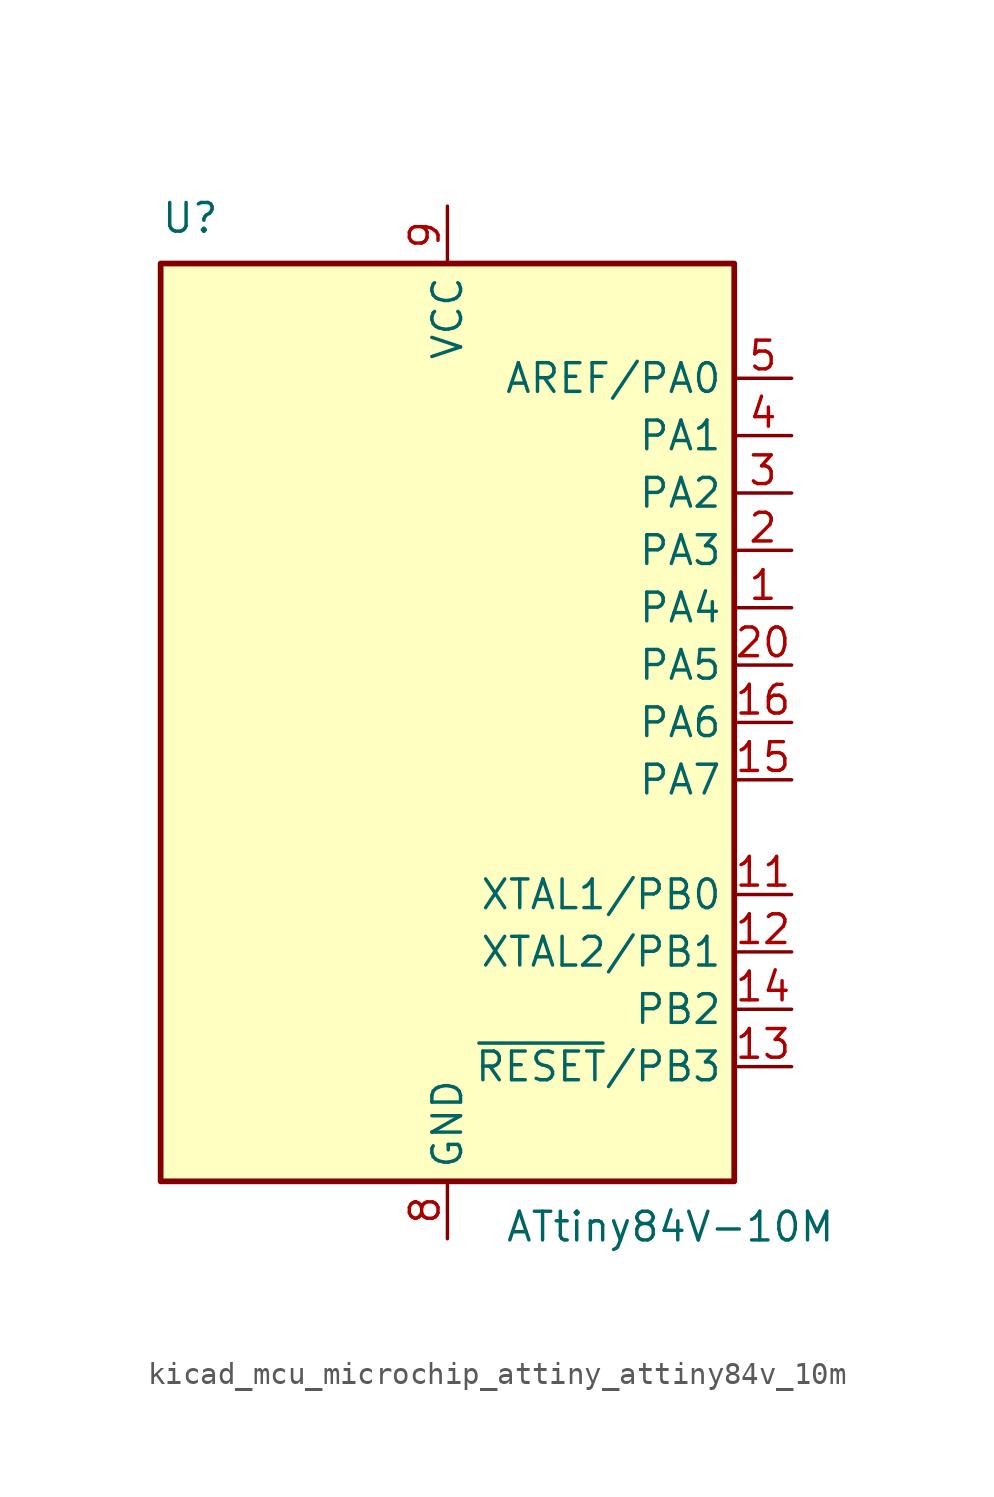
<source format=kicad_sym>
(kicad_symbol_lib
  (version 20220914)
  (generator kicad_symbol_editor)
  (symbol "kicad_mcu_microchip_attiny_attiny84v_10m"
    (property "Reference" "U"
      (at -12.7 21.59 0)
      (effects (font (size 1.27 1.27)) (justify left bottom)))
    (property "Value" "ATtiny84V-10M"
      (at 2.54 -21.59 0)
      (effects (font (size 1.27 1.27)) (justify left top)))
    (symbol "kicad_mcu_microchip_attiny_attiny84v_10m_0_1"
      (rectangle (start -12.7 -20.32) (end 12.7 20.32) (stroke (width 0.254) (type default)) (fill (type background))))
    (symbol "kicad_mcu_microchip_attiny_attiny84v_10m_1_1"
      (pin bidirectional line (at 15.24 5.08 180) (length 2.54) (name "PA4" (effects (font (size 1.27 1.27)))) (number "1" (effects (font (size 1.27 1.27)))))
      (pin no_connect line (at -12.7 -10.16 0) (length 2.54) hide (name "NC" (effects (font (size 1.27 1.27)))) (number "10" (effects (font (size 1.27 1.27)))))
      (pin bidirectional line (at 15.24 -7.62 180) (length 2.54) (name "XTAL1/PB0" (effects (font (size 1.27 1.27)))) (number "11" (effects (font (size 1.27 1.27)))))
      (pin bidirectional line (at 15.24 -10.16 180) (length 2.54) (name "XTAL2/PB1" (effects (font (size 1.27 1.27)))) (number "12" (effects (font (size 1.27 1.27)))))
      (pin bidirectional line (at 15.24 -15.24 180) (length 2.54) (name "~{RESET}/PB3" (effects (font (size 1.27 1.27)))) (number "13" (effects (font (size 1.27 1.27)))))
      (pin bidirectional line (at 15.24 -12.7 180) (length 2.54) (name "PB2" (effects (font (size 1.27 1.27)))) (number "14" (effects (font (size 1.27 1.27)))))
      (pin bidirectional line (at 15.24 -2.54 180) (length 2.54) (name "PA7" (effects (font (size 1.27 1.27)))) (number "15" (effects (font (size 1.27 1.27)))))
      (pin bidirectional line (at 15.24 0 180) (length 2.54) (name "PA6" (effects (font (size 1.27 1.27)))) (number "16" (effects (font (size 1.27 1.27)))))
      (pin no_connect line (at -12.7 -12.7 0) (length 2.54) hide (name "NC" (effects (font (size 1.27 1.27)))) (number "17" (effects (font (size 1.27 1.27)))))
      (pin no_connect line (at -12.7 -15.24 0) (length 2.54) hide (name "NC" (effects (font (size 1.27 1.27)))) (number "18" (effects (font (size 1.27 1.27)))))
      (pin no_connect line (at -12.7 -17.78 0) (length 2.54) hide (name "NC" (effects (font (size 1.27 1.27)))) (number "19" (effects (font (size 1.27 1.27)))))
      (pin bidirectional line (at 15.24 7.62 180) (length 2.54) (name "PA3" (effects (font (size 1.27 1.27)))) (number "2" (effects (font (size 1.27 1.27)))))
      (pin bidirectional line (at 15.24 2.54 180) (length 2.54) (name "PA5" (effects (font (size 1.27 1.27)))) (number "20" (effects (font (size 1.27 1.27)))))
      (pin passive line (at 0 -22.86 90) (length 2.54) hide (name "GND" (effects (font (size 1.27 1.27)))) (number "21" (effects (font (size 1.27 1.27)))))
      (pin bidirectional line (at 15.24 10.16 180) (length 2.54) (name "PA2" (effects (font (size 1.27 1.27)))) (number "3" (effects (font (size 1.27 1.27)))))
      (pin bidirectional line (at 15.24 12.7 180) (length 2.54) (name "PA1" (effects (font (size 1.27 1.27)))) (number "4" (effects (font (size 1.27 1.27)))))
      (pin bidirectional line (at 15.24 15.24 180) (length 2.54) (name "AREF/PA0" (effects (font (size 1.27 1.27)))) (number "5" (effects (font (size 1.27 1.27)))))
      (pin no_connect line (at -12.7 -5.08 0) (length 2.54) hide (name "NC" (effects (font (size 1.27 1.27)))) (number "6" (effects (font (size 1.27 1.27)))))
      (pin no_connect line (at -12.7 -7.62 0) (length 2.54) hide (name "NC" (effects (font (size 1.27 1.27)))) (number "7" (effects (font (size 1.27 1.27)))))
      (pin power_in line (at 0 -22.86 90) (length 2.54) (name "GND" (effects (font (size 1.27 1.27)))) (number "8" (effects (font (size 1.27 1.27)))))
      (pin power_in line (at 0 22.86 270) (length 2.54) (name "VCC" (effects (font (size 1.27 1.27)))) (number "9" (effects (font (size 1.27 1.27))))))))
</source>
